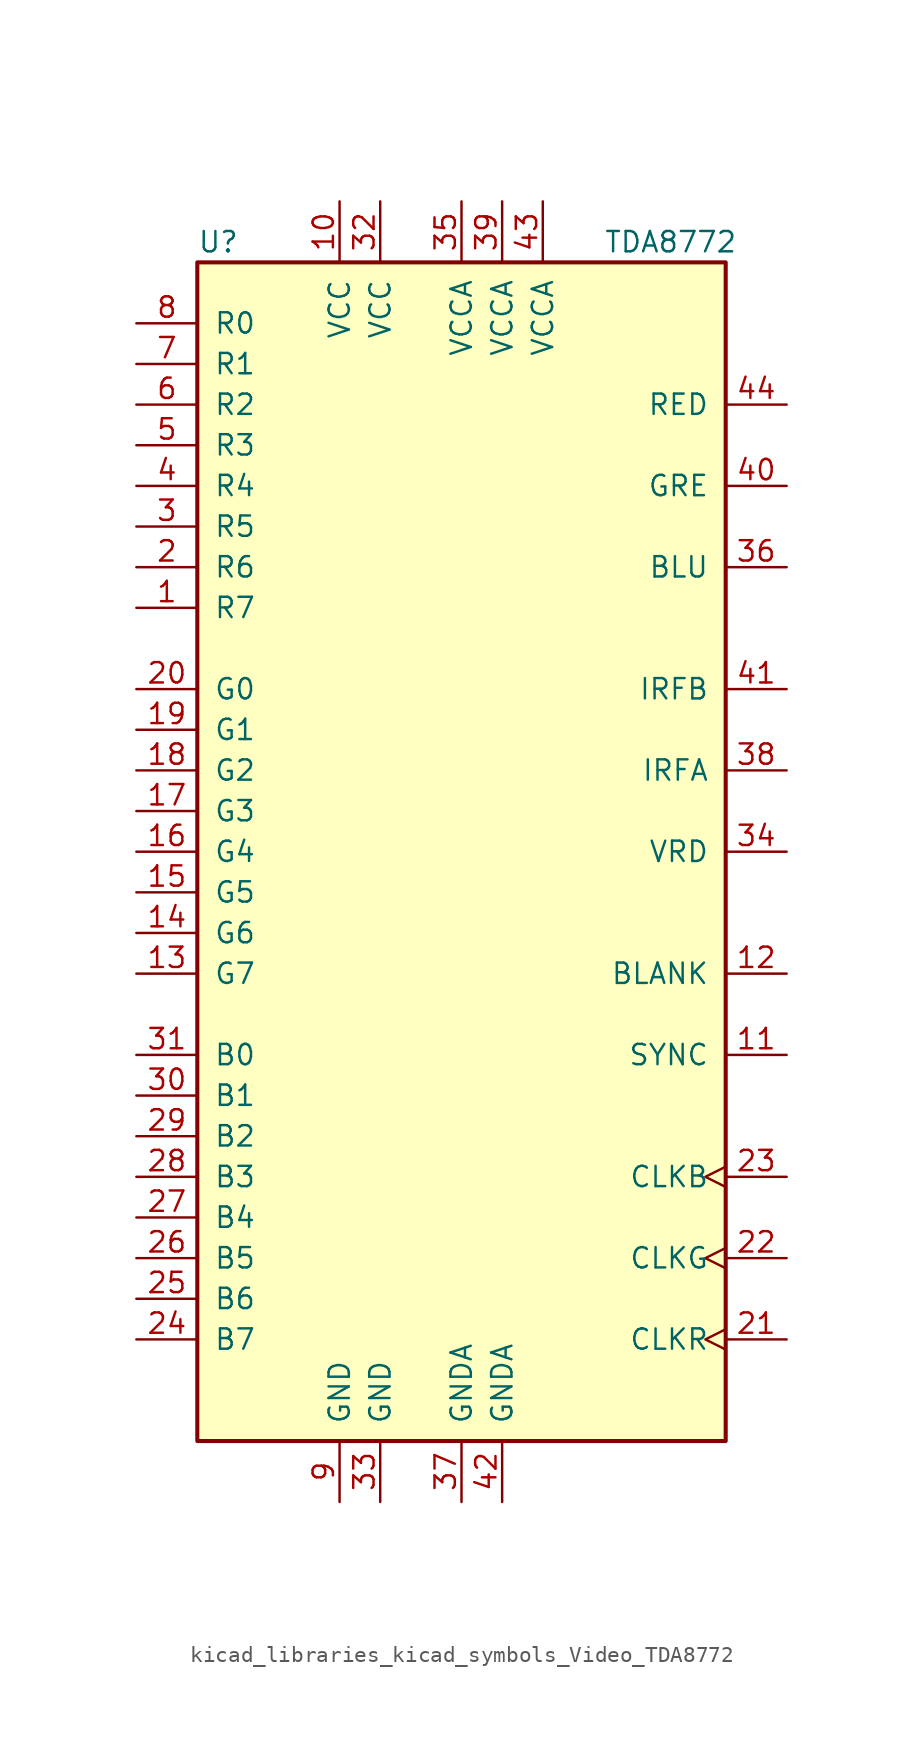
<source format=kicad_sym>
(kicad_symbol_lib
  (version 20220914)
  (generator kicad_symbol_editor)
  (symbol "kicad_libraries_kicad_symbols_Video_TDA8772"
    (pin_names
      (offset 1.016))
    (property "Reference" "U"
      (at -16.51 38.1 0)
      (effects (font (size 1.27 1.27)) (justify left)))
    (property "Value" "TDA8772"
      (at 8.89 38.1 0)
      (effects (font (size 1.27 1.27)) (justify left)))
    (symbol "kicad_libraries_kicad_symbols_Video_TDA8772_0_1"
      (rectangle (start -16.51 -36.83) (end 16.51 36.83) (stroke (width 0.254) (type default)) (fill (type background))))
    (symbol "kicad_libraries_kicad_symbols_Video_TDA8772_1_1"
      (pin input line (at -20.32 15.24 0) (length 3.81) (name "R7" (effects (font (size 1.27 1.27)))) (number "1" (effects (font (size 1.27 1.27)))))
      (pin power_in line (at -7.62 40.64 270) (length 3.81) (name "VCC" (effects (font (size 1.27 1.27)))) (number "10" (effects (font (size 1.27 1.27)))))
      (pin input line (at 20.32 -12.7 180) (length 3.81) (name "SYNC" (effects (font (size 1.27 1.27)))) (number "11" (effects (font (size 1.27 1.27)))))
      (pin input line (at 20.32 -7.62 180) (length 3.81) (name "BLANK" (effects (font (size 1.27 1.27)))) (number "12" (effects (font (size 1.27 1.27)))))
      (pin input line (at -20.32 -7.62 0) (length 3.81) (name "G7" (effects (font (size 1.27 1.27)))) (number "13" (effects (font (size 1.27 1.27)))))
      (pin input line (at -20.32 -5.08 0) (length 3.81) (name "G6" (effects (font (size 1.27 1.27)))) (number "14" (effects (font (size 1.27 1.27)))))
      (pin input line (at -20.32 -2.54 0) (length 3.81) (name "G5" (effects (font (size 1.27 1.27)))) (number "15" (effects (font (size 1.27 1.27)))))
      (pin input line (at -20.32 0 0) (length 3.81) (name "G4" (effects (font (size 1.27 1.27)))) (number "16" (effects (font (size 1.27 1.27)))))
      (pin input line (at -20.32 2.54 0) (length 3.81) (name "G3" (effects (font (size 1.27 1.27)))) (number "17" (effects (font (size 1.27 1.27)))))
      (pin input line (at -20.32 5.08 0) (length 3.81) (name "G2" (effects (font (size 1.27 1.27)))) (number "18" (effects (font (size 1.27 1.27)))))
      (pin input line (at -20.32 7.62 0) (length 3.81) (name "G1" (effects (font (size 1.27 1.27)))) (number "19" (effects (font (size 1.27 1.27)))))
      (pin input line (at -20.32 17.78 0) (length 3.81) (name "R6" (effects (font (size 1.27 1.27)))) (number "2" (effects (font (size 1.27 1.27)))))
      (pin input line (at -20.32 10.16 0) (length 3.81) (name "G0" (effects (font (size 1.27 1.27)))) (number "20" (effects (font (size 1.27 1.27)))))
      (pin input clock (at 20.32 -30.48 180) (length 3.81) (name "CLKR" (effects (font (size 1.27 1.27)))) (number "21" (effects (font (size 1.27 1.27)))))
      (pin input clock (at 20.32 -25.4 180) (length 3.81) (name "CLKG" (effects (font (size 1.27 1.27)))) (number "22" (effects (font (size 1.27 1.27)))))
      (pin input clock (at 20.32 -20.32 180) (length 3.81) (name "CLKB" (effects (font (size 1.27 1.27)))) (number "23" (effects (font (size 1.27 1.27)))))
      (pin input line (at -20.32 -30.48 0) (length 3.81) (name "B7" (effects (font (size 1.27 1.27)))) (number "24" (effects (font (size 1.27 1.27)))))
      (pin input line (at -20.32 -27.94 0) (length 3.81) (name "B6" (effects (font (size 1.27 1.27)))) (number "25" (effects (font (size 1.27 1.27)))))
      (pin input line (at -20.32 -25.4 0) (length 3.81) (name "B5" (effects (font (size 1.27 1.27)))) (number "26" (effects (font (size 1.27 1.27)))))
      (pin input line (at -20.32 -22.86 0) (length 3.81) (name "B4" (effects (font (size 1.27 1.27)))) (number "27" (effects (font (size 1.27 1.27)))))
      (pin input line (at -20.32 -20.32 0) (length 3.81) (name "B3" (effects (font (size 1.27 1.27)))) (number "28" (effects (font (size 1.27 1.27)))))
      (pin input line (at -20.32 -17.78 0) (length 3.81) (name "B2" (effects (font (size 1.27 1.27)))) (number "29" (effects (font (size 1.27 1.27)))))
      (pin input line (at -20.32 20.32 0) (length 3.81) (name "R5" (effects (font (size 1.27 1.27)))) (number "3" (effects (font (size 1.27 1.27)))))
      (pin input line (at -20.32 -15.24 0) (length 3.81) (name "B1" (effects (font (size 1.27 1.27)))) (number "30" (effects (font (size 1.27 1.27)))))
      (pin input line (at -20.32 -12.7 0) (length 3.81) (name "B0" (effects (font (size 1.27 1.27)))) (number "31" (effects (font (size 1.27 1.27)))))
      (pin power_in line (at -5.08 40.64 270) (length 3.81) (name "VCC" (effects (font (size 1.27 1.27)))) (number "32" (effects (font (size 1.27 1.27)))))
      (pin power_in line (at -5.08 -40.64 90) (length 3.81) (name "GND" (effects (font (size 1.27 1.27)))) (number "33" (effects (font (size 1.27 1.27)))))
      (pin input line (at 20.32 0 180) (length 3.81) (name "VRD" (effects (font (size 1.27 1.27)))) (number "34" (effects (font (size 1.27 1.27)))))
      (pin power_in line (at 0 40.64 270) (length 3.81) (name "VCCA" (effects (font (size 1.27 1.27)))) (number "35" (effects (font (size 1.27 1.27)))))
      (pin output line (at 20.32 17.78 180) (length 3.81) (name "BLU" (effects (font (size 1.27 1.27)))) (number "36" (effects (font (size 1.27 1.27)))))
      (pin power_in line (at 0 -40.64 90) (length 3.81) (name "GNDA" (effects (font (size 1.27 1.27)))) (number "37" (effects (font (size 1.27 1.27)))))
      (pin passive line (at 20.32 5.08 180) (length 3.81) (name "IRFA" (effects (font (size 1.27 1.27)))) (number "38" (effects (font (size 1.27 1.27)))))
      (pin power_in line (at 2.54 40.64 270) (length 3.81) (name "VCCA" (effects (font (size 1.27 1.27)))) (number "39" (effects (font (size 1.27 1.27)))))
      (pin input line (at -20.32 22.86 0) (length 3.81) (name "R4" (effects (font (size 1.27 1.27)))) (number "4" (effects (font (size 1.27 1.27)))))
      (pin output line (at 20.32 22.86 180) (length 3.81) (name "GRE" (effects (font (size 1.27 1.27)))) (number "40" (effects (font (size 1.27 1.27)))))
      (pin passive line (at 20.32 10.16 180) (length 3.81) (name "IRFB" (effects (font (size 1.27 1.27)))) (number "41" (effects (font (size 1.27 1.27)))))
      (pin power_in line (at 2.54 -40.64 90) (length 3.81) (name "GNDA" (effects (font (size 1.27 1.27)))) (number "42" (effects (font (size 1.27 1.27)))))
      (pin power_in line (at 5.08 40.64 270) (length 3.81) (name "VCCA" (effects (font (size 1.27 1.27)))) (number "43" (effects (font (size 1.27 1.27)))))
      (pin output line (at 20.32 27.94 180) (length 3.81) (name "RED" (effects (font (size 1.27 1.27)))) (number "44" (effects (font (size 1.27 1.27)))))
      (pin input line (at -20.32 25.4 0) (length 3.81) (name "R3" (effects (font (size 1.27 1.27)))) (number "5" (effects (font (size 1.27 1.27)))))
      (pin input line (at -20.32 27.94 0) (length 3.81) (name "R2" (effects (font (size 1.27 1.27)))) (number "6" (effects (font (size 1.27 1.27)))))
      (pin input line (at -20.32 30.48 0) (length 3.81) (name "R1" (effects (font (size 1.27 1.27)))) (number "7" (effects (font (size 1.27 1.27)))))
      (pin input line (at -20.32 33.02 0) (length 3.81) (name "R0" (effects (font (size 1.27 1.27)))) (number "8" (effects (font (size 1.27 1.27)))))
      (pin power_in line (at -7.62 -40.64 90) (length 3.81) (name "GND" (effects (font (size 1.27 1.27)))) (number "9" (effects (font (size 1.27 1.27))))))))
</source>
